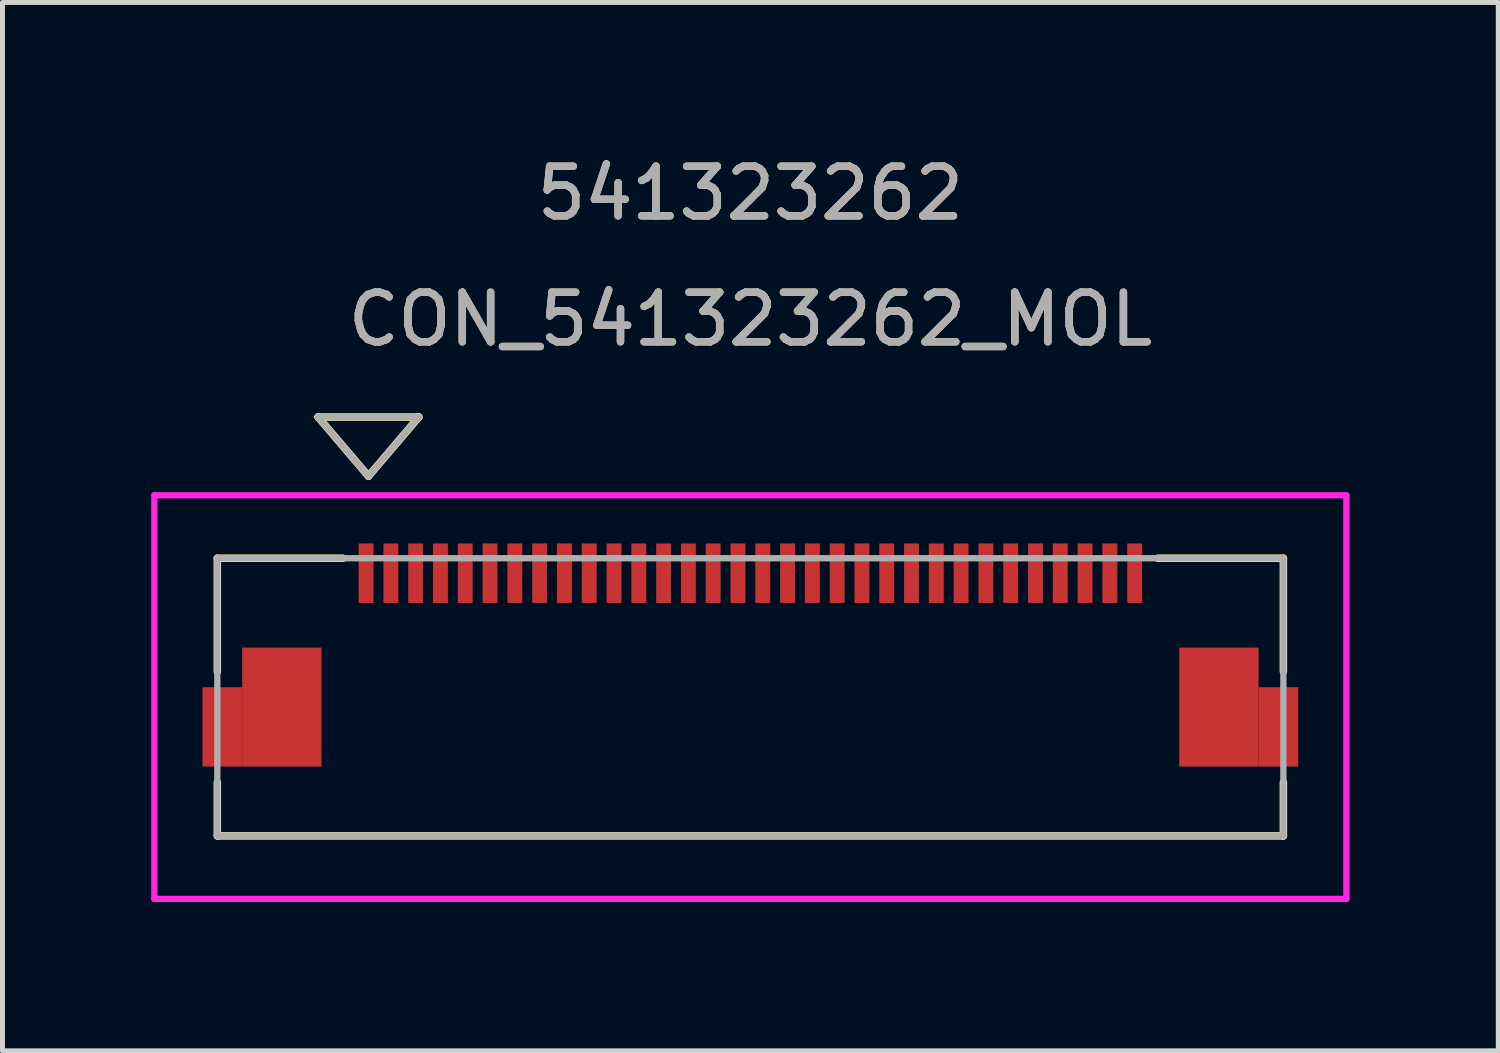
<source format=kicad_pcb>
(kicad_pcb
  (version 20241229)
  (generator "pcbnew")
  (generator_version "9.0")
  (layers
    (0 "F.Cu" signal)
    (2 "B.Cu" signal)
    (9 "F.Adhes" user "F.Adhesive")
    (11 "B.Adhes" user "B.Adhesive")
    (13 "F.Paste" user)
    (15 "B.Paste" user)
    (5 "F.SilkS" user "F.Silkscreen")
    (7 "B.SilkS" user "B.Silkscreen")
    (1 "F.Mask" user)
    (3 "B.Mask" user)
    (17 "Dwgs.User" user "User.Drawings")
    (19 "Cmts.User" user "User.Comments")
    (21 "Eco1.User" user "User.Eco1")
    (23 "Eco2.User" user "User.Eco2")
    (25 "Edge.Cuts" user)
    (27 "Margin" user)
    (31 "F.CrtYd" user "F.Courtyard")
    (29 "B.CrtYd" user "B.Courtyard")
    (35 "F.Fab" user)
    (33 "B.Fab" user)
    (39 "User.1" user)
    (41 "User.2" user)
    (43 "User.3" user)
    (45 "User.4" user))
  (footprint "CON_541323262_MOL"
    (layer "F.Cu")
    (at 12.083 11.008)
    (property "Reference" "CON_541323262_MOL" (at 0 -7.62 0) (unlocked yes) (layer "F.SilkS") (effects (font (size 1 1) (thickness 0.15))))
    (attr smd)
    (fp_poly (pts (xy -11.05 1.402) (xy -11.05 -0.198) (xy -10.25 -0.198) (xy -10.25 1.402)) (stroke (width 0) (type solid)) (fill yes) (layer "F.Mask"))
    (fp_poly (pts (xy 11.05 1.402) (xy 11.05 -0.198) (xy 10.25 -0.198) (xy 10.25 1.402)) (stroke (width 0) (type solid)) (fill yes) (layer "F.Mask"))
    (fp_line (start -10.75 -2.8) (end -10.75 -0.516) (stroke (width 0.152) (type solid)) (layer "F.SilkS"))
    (fp_line (start -10.75 1.719) (end -10.75 2.8) (stroke (width 0.152) (type solid)) (layer "F.SilkS"))
    (fp_line (start -10.75 2.8) (end 10.75 2.8) (stroke (width 0.152) (type solid)) (layer "F.SilkS"))
    (fp_line (start -8.718 -5.648) (end -7.702 -4.454) (stroke (width 0.152) (type solid)) (layer "F.SilkS"))
    (fp_line (start -8.718 -5.648) (end -6.686 -5.648) (stroke (width 0.152) (type solid)) (layer "F.SilkS"))
    (fp_line (start -8.217 -2.8) (end -10.75 -2.8) (stroke (width 0.152) (type solid)) (layer "F.SilkS"))
    (fp_line (start -6.686 -5.648) (end -7.702 -4.454) (stroke (width 0.152) (type solid)) (layer "F.SilkS"))
    (fp_line (start 10.75 -2.8) (end 8.218 -2.8) (stroke (width 0.152) (type solid)) (layer "F.SilkS"))
    (fp_line (start 10.75 -0.516) (end 10.75 -2.8) (stroke (width 0.152) (type solid)) (layer "F.SilkS"))
    (fp_line (start 10.75 2.8) (end 10.75 1.719) (stroke (width 0.152) (type solid)) (layer "F.SilkS"))
    (fp_poly (pts (xy -11.05 1.402) (xy -11.05 -0.198) (xy -10.25 -0.198) (xy -10.25 1.402)) (stroke (width 0) (type solid)) (fill yes) (layer "F.Paste"))
    (fp_poly (pts (xy 11.05 1.402) (xy 11.05 -0.198) (xy 10.25 -0.198) (xy 10.25 1.402)) (stroke (width 0) (type solid)) (fill yes) (layer "F.Paste"))
    (fp_line (start -12.02 -4.07) (end -12.02 4.07) (stroke (width 0.127) (type solid)) (layer "F.CrtYd"))
    (fp_line (start -12.02 4.07) (end 12.02 4.07) (stroke (width 0.127) (type solid)) (layer "F.CrtYd"))
    (fp_line (start 12.02 -4.07) (end -12.02 -4.07) (stroke (width 0.127) (type solid)) (layer "F.CrtYd"))
    (fp_line (start 12.02 4.07) (end 12.02 -4.07) (stroke (width 0.127) (type solid)) (layer "F.CrtYd"))
    (fp_line (start -10.75 -2.8) (end -10.75 2.8) (stroke (width 0.127) (type solid)) (layer "F.Fab"))
    (fp_line (start -10.75 2.8) (end 10.75 2.8) (stroke (width 0.127) (type solid)) (layer "F.Fab"))
    (fp_line (start -8.718 -5.648) (end -7.702 -4.454) (stroke (width 0.127) (type solid)) (layer "F.Fab"))
    (fp_line (start -8.718 -5.648) (end -6.686 -5.648) (stroke (width 0.127) (type solid)) (layer "F.Fab"))
    (fp_line (start -6.686 -5.648) (end -7.702 -4.454) (stroke (width 0.127) (type solid)) (layer "F.Fab"))
    (fp_line (start 10.75 -2.8) (end -10.75 -2.8) (stroke (width 0.127) (type solid)) (layer "F.Fab"))
    (fp_line (start 10.75 2.8) (end 10.75 -2.8) (stroke (width 0.127) (type solid)) (layer "F.Fab"))
    (fp_text user "541323262" (at 0 -10.16 0) (unlocked yes) (layer "F.SilkS") (effects (font (size 1 1) (thickness 0.15))))
    (fp_text user "541323262" (at 0 -10.16 0) (unlocked yes) (layer "F.Fab") (effects (font (size 1 1) (thickness 0.15))))
    (fp_text user "${REFERENCE}" (at 0 -7.62 0) (unlocked yes) (layer "F.Fab") (effects (font (size 1 1) (thickness 0.15))))
    (pad "1" smd rect (at -7.75 -2.498) (size 0.3 1.2) (layers "F.Cu" "F.Mask" "F.Paste"))
    (pad "2" smd rect (at -7.25 -2.498) (size 0.3 1.2) (layers "F.Cu" "F.Mask" "F.Paste"))
    (pad "3" smd rect (at -6.75 -2.498) (size 0.3 1.2) (layers "F.Cu" "F.Mask" "F.Paste"))
    (pad "4" smd rect (at -6.25 -2.498) (size 0.3 1.2) (layers "F.Cu" "F.Mask" "F.Paste"))
    (pad "5" smd rect (at -5.75 -2.498) (size 0.3 1.2) (layers "F.Cu" "F.Mask" "F.Paste"))
    (pad "6" smd rect (at -5.25 -2.498) (size 0.3 1.2) (layers "F.Cu" "F.Mask" "F.Paste"))
    (pad "7" smd rect (at -4.75 -2.498) (size 0.3 1.2) (layers "F.Cu" "F.Mask" "F.Paste"))
    (pad "8" smd rect (at -4.25 -2.498) (size 0.3 1.2) (layers "F.Cu" "F.Mask" "F.Paste"))
    (pad "9" smd rect (at -3.75 -2.498) (size 0.3 1.2) (layers "F.Cu" "F.Mask" "F.Paste"))
    (pad "10" smd rect (at -3.25 -2.498) (size 0.3 1.2) (layers "F.Cu" "F.Mask" "F.Paste"))
    (pad "11" smd rect (at -2.75 -2.498) (size 0.3 1.2) (layers "F.Cu" "F.Mask" "F.Paste"))
    (pad "12" smd rect (at -2.25 -2.498) (size 0.3 1.2) (layers "F.Cu" "F.Mask" "F.Paste"))
    (pad "13" smd rect (at -1.75 -2.498) (size 0.3 1.2) (layers "F.Cu" "F.Mask" "F.Paste"))
    (pad "14" smd rect (at -1.25 -2.498) (size 0.3 1.2) (layers "F.Cu" "F.Mask" "F.Paste"))
    (pad "15" smd rect (at -0.75 -2.498) (size 0.3 1.2) (layers "F.Cu" "F.Mask" "F.Paste"))
    (pad "16" smd rect (at -0.25 -2.498) (size 0.3 1.2) (layers "F.Cu" "F.Mask" "F.Paste"))
    (pad "17" smd rect (at 0.25 -2.498) (size 0.3 1.2) (layers "F.Cu" "F.Mask" "F.Paste"))
    (pad "18" smd rect (at 0.75 -2.498) (size 0.3 1.2) (layers "F.Cu" "F.Mask" "F.Paste"))
    (pad "19" smd rect (at 1.25 -2.498) (size 0.3 1.2) (layers "F.Cu" "F.Mask" "F.Paste"))
    (pad "20" smd rect (at 1.75 -2.498) (size 0.3 1.2) (layers "F.Cu" "F.Mask" "F.Paste"))
    (pad "21" smd rect (at 2.25 -2.498) (size 0.3 1.2) (layers "F.Cu" "F.Mask" "F.Paste"))
    (pad "22" smd rect (at 2.75 -2.498) (size 0.3 1.2) (layers "F.Cu" "F.Mask" "F.Paste"))
    (pad "23" smd rect (at 3.25 -2.498) (size 0.3 1.2) (layers "F.Cu" "F.Mask" "F.Paste"))
    (pad "24" smd rect (at 3.75 -2.498) (size 0.3 1.2) (layers "F.Cu" "F.Mask" "F.Paste"))
    (pad "25" smd rect (at 4.25 -2.498) (size 0.3 1.2) (layers "F.Cu" "F.Mask" "F.Paste"))
    (pad "26" smd rect (at 4.75 -2.498) (size 0.3 1.2) (layers "F.Cu" "F.Mask" "F.Paste"))
    (pad "27" smd rect (at 5.25 -2.498) (size 0.3 1.2) (layers "F.Cu" "F.Mask" "F.Paste"))
    (pad "28" smd rect (at 5.75 -2.498) (size 0.3 1.2) (layers "F.Cu" "F.Mask" "F.Paste"))
    (pad "29" smd rect (at 6.25 -2.498) (size 0.3 1.2) (layers "F.Cu" "F.Mask" "F.Paste"))
    (pad "30" smd rect (at 6.75 -2.498) (size 0.3 1.2) (layers "F.Cu" "F.Mask" "F.Paste"))
    (pad "31" smd rect (at 7.25 -2.498) (size 0.3 1.2) (layers "F.Cu" "F.Mask" "F.Paste"))
    (pad "32" smd rect (at 7.75 -2.498) (size 0.3 1.2) (layers "F.Cu" "F.Mask" "F.Paste"))
    (pad "MP" smd rect (at -10.65 0.602) (size 0.8 1.6) (layers "F.Cu" "F.Mask" "F.Paste"))
    (pad "MP" smd rect (at -9.45 0.202) (size 1.6 2.4) (layers "F.Cu" "F.Mask" "F.Paste"))
    (pad "MP" smd rect (at 9.45 0.202) (size 1.6 2.4) (layers "F.Cu" "F.Mask" "F.Paste"))
    (pad "MP" smd rect (at 10.65 0.602) (size 0.8 1.6) (layers "F.Cu" "F.Mask" "F.Paste")))
  (gr_rect
    (start -3 -3)
    (end 27.167 18.142)
    (stroke (width 0.1) (type default))
    (fill no)
    (layer "Edge.Cuts")))
</source>
